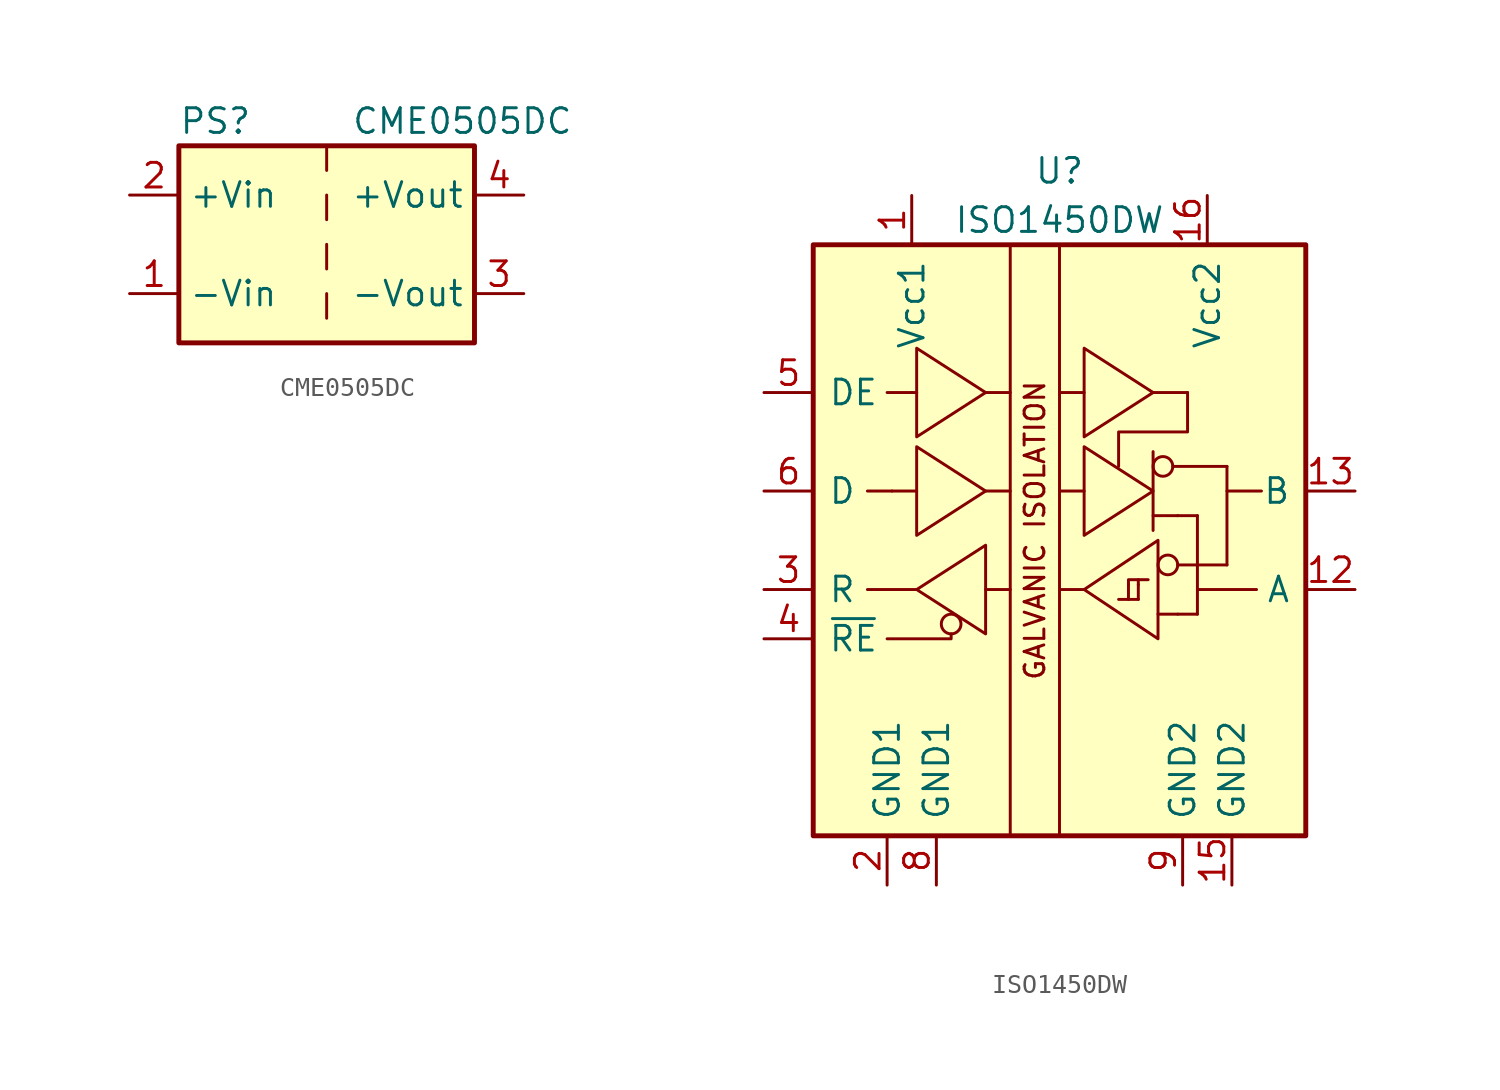
<source format=kicad_sym>
(kicad_symbol_lib
  (version 20231120)
  (generator "kicad_symbol_editor")
  (generator_version "8.0")
  (symbol "CME0505DC"
    (property "Reference" "PS"
      (at -7.62 6.35 0)
      (effects (font (size 1.27 1.27)) (justify left)))
    (property "Value" "CME0505DC"
      (at 1.27 6.35 0)
      (effects (font (size 1.27 1.27)) (justify left)))
    (symbol "CME0505DC_0_0"
      (pin power_in line (at -10.16 -2.54 0) (length 2.54) (name "-Vin" (effects (font (size 1.27 1.27)))) (number "1" (effects (font (size 1.27 1.27)))))
      (pin power_in line (at -10.16 2.54 0) (length 2.54) (name "+Vin" (effects (font (size 1.27 1.27)))) (number "2" (effects (font (size 1.27 1.27)))))
      (pin power_out line (at 10.16 -2.54 180) (length 2.54) (name "-Vout" (effects (font (size 1.27 1.27)))) (number "3" (effects (font (size 1.27 1.27)))))
      (pin power_out line (at 10.16 2.54 180) (length 2.54) (name "+Vout" (effects (font (size 1.27 1.27)))) (number "4" (effects (font (size 1.27 1.27))))))
    (symbol "CME0505DC_0_1"
      (rectangle (start -7.62 5.08) (end 7.62 -5.08) (stroke (width 0.254) (type default)) (fill (type background)))
      (polyline (pts (xy 0 -2.54) (xy 0 -3.81)) (stroke (width 0) (type default)) (fill (type none)))
      (polyline (pts (xy 0 0) (xy 0 -1.27)) (stroke (width 0) (type default)) (fill (type none)))
      (polyline (pts (xy 0 2.54) (xy 0 1.27)) (stroke (width 0) (type default)) (fill (type none)))
      (polyline (pts (xy 0 5.08) (xy 0 3.81)) (stroke (width 0) (type default)) (fill (type none)))))
  (symbol "ISO1450DW"
    (pin_names
      (offset 0.762))
    (property "Reference" "U"
      (at 0 19.05 0)
      (effects (font (size 1.27 1.27))))
    (property "Value" "ISO1450DW"
      (at 0 16.51 0)
      (effects (font (size 1.27 1.27))))
    (symbol "ISO1450DW_0_0"
      (rectangle (start -12.7 15.24) (end 12.7 -15.24) (stroke (width 0.254) (type default)) (fill (type background)))
      (polyline (pts (xy -8.636 2.54) (xy -9.906 2.54)) (stroke (width 0) (type default)) (fill (type none)))
      (polyline (pts (xy -7.62 7.62) (xy -8.89 7.62)) (stroke (width 0) (type default)) (fill (type none)))
      (polyline (pts (xy -7.366 7.62) (xy -7.62 7.62)) (stroke (width 0) (type default)) (fill (type none)))
      (polyline (pts (xy -2.54 15.24) (xy -2.54 -15.24)) (stroke (width 0) (type default)) (fill (type none)))
      (polyline (pts (xy 0 15.24) (xy 0 -15.24)) (stroke (width 0) (type default)) (fill (type none)))
      (polyline (pts (xy -7.366 4.826) (xy -7.366 0.254) (xy -3.81 2.54) (xy -7.366 4.826)) (stroke (width 0) (type default)) (fill (type none)))
      (polyline (pts (xy -7.366 9.906) (xy -7.366 5.334) (xy -3.81 7.62) (xy -7.366 9.906)) (stroke (width 0) (type default)) (fill (type none)))
      (polyline (pts (xy -3.81 -0.254) (xy -3.81 -4.826) (xy -7.366 -2.54) (xy -3.81 -0.254)) (stroke (width 0) (type default)) (fill (type none)))
      (polyline (pts (xy 1.27 9.906) (xy 1.27 5.334) (xy 4.826 7.62) (xy 1.27 9.906)) (stroke (width 0) (type default)) (fill (type none)))
      (text "GALVANIC ISOLATION" (at -1.27 0.508 900) (effects (font (size 1.016 1.016)))))
    (symbol "ISO1450DW_0_1"
      (circle (center -5.588 -4.318) (radius 0.508) (stroke (width 0) (type default)) (fill (type none)))
      (polyline (pts (xy -7.366 -2.54) (xy -9.906 -2.54)) (stroke (width 0) (type default)) (fill (type none)))
      (polyline (pts (xy -7.366 2.54) (xy -8.636 2.54)) (stroke (width 0) (type default)) (fill (type none)))
      (polyline (pts (xy -3.81 -2.54) (xy -2.54 -2.54)) (stroke (width 0) (type default)) (fill (type none)))
      (polyline (pts (xy -3.81 2.54) (xy -2.54 2.54)) (stroke (width 0) (type default)) (fill (type none)))
      (polyline (pts (xy -3.81 7.62) (xy -2.54 7.62)) (stroke (width 0) (type default)) (fill (type none)))
      (polyline (pts (xy 0 -2.54) (xy 1.27 -2.54)) (stroke (width 0) (type default)) (fill (type none)))
      (polyline (pts (xy 0 2.54) (xy 1.27 2.54)) (stroke (width 0) (type default)) (fill (type none)))
      (polyline (pts (xy 0 7.62) (xy 1.27 7.62)) (stroke (width 0) (type default)) (fill (type none)))
      (polyline (pts (xy 3.556 -2.286) (xy 3.556 -3.048)) (stroke (width 0) (type default)) (fill (type none)))
      (polyline (pts (xy 4.064 -3.048) (xy 3.048 -3.048)) (stroke (width 0) (type default)) (fill (type none)))
      (polyline (pts (xy 4.064 -2.286) (xy 4.064 -3.048)) (stroke (width 0) (type default)) (fill (type none)))
      (polyline (pts (xy 4.064 -2.286) (xy 4.064 -2.032)) (stroke (width 0) (type default)) (fill (type none)))
      (polyline (pts (xy 4.826 1.27) (xy 6.096 1.27)) (stroke (width 0) (type default)) (fill (type none)))
      (polyline (pts (xy 4.826 4.572) (xy 4.826 0.508)) (stroke (width 0) (type default)) (fill (type none)))
      (polyline (pts (xy 4.826 7.62) (xy 6.604 7.62)) (stroke (width 0) (type default)) (fill (type none)))
      (polyline (pts (xy 5.08 -3.81) (xy 6.096 -3.81)) (stroke (width 0) (type default)) (fill (type none)))
      (polyline (pts (xy 5.842 3.81) (xy 8.636 3.81)) (stroke (width 0) (type default)) (fill (type none)))
      (polyline (pts (xy 6.096 -1.27) (xy 8.636 -1.27)) (stroke (width 0) (type default)) (fill (type none)))
      (polyline (pts (xy 6.096 1.27) (xy 7.112 1.27)) (stroke (width 0) (type default)) (fill (type none)))
      (polyline (pts (xy 7.112 -3.81) (xy 6.096 -3.81)) (stroke (width 0) (type default)) (fill (type none)))
      (polyline (pts (xy 7.112 1.27) (xy 7.112 -3.81)) (stroke (width 0) (type default)) (fill (type none)))
      (polyline (pts (xy 8.636 -1.27) (xy 8.636 3.81)) (stroke (width 0) (type default)) (fill (type none)))
      (polyline (pts (xy 8.636 2.54) (xy 10.414 2.54)) (stroke (width 0) (type default)) (fill (type none)))
      (polyline (pts (xy -8.89 -5.08) (xy -5.588 -5.08) (xy -5.588 -4.826)) (stroke (width 0) (type default)) (fill (type none)))
      (polyline (pts (xy 3.556 -2.286) (xy 3.556 -2.032) (xy 4.572 -2.032)) (stroke (width 0) (type default)) (fill (type none)))
      (polyline (pts (xy 10.16 -2.54) (xy 8.89 -2.54) (xy 7.112 -2.54)) (stroke (width 0) (type default)) (fill (type none)))
      (polyline (pts (xy 1.27 -2.54) (xy 5.08 0) (xy 5.08 -5.08) (xy 1.27 -2.54)) (stroke (width 0) (type default)) (fill (type none)))
      (polyline (pts (xy 6.604 7.62) (xy 6.604 5.588) (xy 3.048 5.588) (xy 3.048 3.81)) (stroke (width 0) (type default)) (fill (type none)))
      (circle (center 5.334 3.81) (radius 0.508) (stroke (width 0) (type default)) (fill (type none)))
      (circle (center 5.588 -1.27) (radius 0.508) (stroke (width 0) (type default)) (fill (type none))))
    (symbol "ISO1450DW_1_0"
      (polyline (pts (xy 1.27 4.826) (xy 1.27 0.254) (xy 4.826 2.54) (xy 1.27 4.826)) (stroke (width 0) (type default)) (fill (type none))))
    (symbol "ISO1450DW_1_1"
      (pin power_in line (at -7.62 17.78 270) (length 2.54) (name "Vcc1" (effects (font (size 1.27 1.27)))) (number "1" (effects (font (size 1.27 1.27)))))
      (pin no_connect line (at 12.7 5.08 180) (length 2.54) hide (name "NC" (effects (font (size 1.27 1.27)))) (number "10" (effects (font (size 1.27 1.27)))))
      (pin no_connect line (at 12.7 10.16 180) (length 2.54) hide (name "NC" (effects (font (size 1.27 1.27)))) (number "11" (effects (font (size 1.27 1.27)))))
      (pin bidirectional line (at 15.24 -2.54 180) (length 2.54) (name "A" (effects (font (size 1.27 1.27)))) (number "12" (effects (font (size 1.27 1.27)))))
      (pin bidirectional line (at 15.24 2.54 180) (length 2.54) (name "B" (effects (font (size 1.27 1.27)))) (number "13" (effects (font (size 1.27 1.27)))))
      (pin no_connect line (at 12.7 7.62 180) (length 2.54) hide (name "NC" (effects (font (size 1.27 1.27)))) (number "14" (effects (font (size 1.27 1.27)))))
      (pin power_in line (at 8.89 -17.78 90) (length 2.54) (name "GND2" (effects (font (size 1.27 1.27)))) (number "15" (effects (font (size 1.27 1.27)))))
      (pin power_in line (at 7.62 17.78 270) (length 2.54) (name "Vcc2" (effects (font (size 1.27 1.27)))) (number "16" (effects (font (size 1.27 1.27)))))
      (pin power_in line (at -8.89 -17.78 90) (length 2.54) (name "GND1" (effects (font (size 1.27 1.27)))) (number "2" (effects (font (size 1.27 1.27)))))
      (pin output line (at -15.24 -2.54 0) (length 2.54) (name "R" (effects (font (size 1.27 1.27)))) (number "3" (effects (font (size 1.27 1.27)))))
      (pin input line (at -15.24 -5.08 0) (length 2.54) (name "~{RE}" (effects (font (size 1.27 1.27)))) (number "4" (effects (font (size 1.27 1.27)))))
      (pin input line (at -15.24 7.62 0) (length 2.54) (name "DE" (effects (font (size 1.27 1.27)))) (number "5" (effects (font (size 1.27 1.27)))))
      (pin input line (at -15.24 2.54 0) (length 2.54) (name "D" (effects (font (size 1.27 1.27)))) (number "6" (effects (font (size 1.27 1.27)))))
      (pin no_connect line (at -12.7 10.16 0) (length 2.54) hide (name "NC" (effects (font (size 1.27 1.27)))) (number "7" (effects (font (size 1.27 1.27)))))
      (pin power_in line (at -6.35 -17.78 90) (length 2.54) (name "GND1" (effects (font (size 1.27 1.27)))) (number "8" (effects (font (size 1.27 1.27)))))
      (pin power_in line (at 6.35 -17.78 90) (length 2.54) (name "GND2" (effects (font (size 1.27 1.27)))) (number "9" (effects (font (size 1.27 1.27))))))))
</source>
